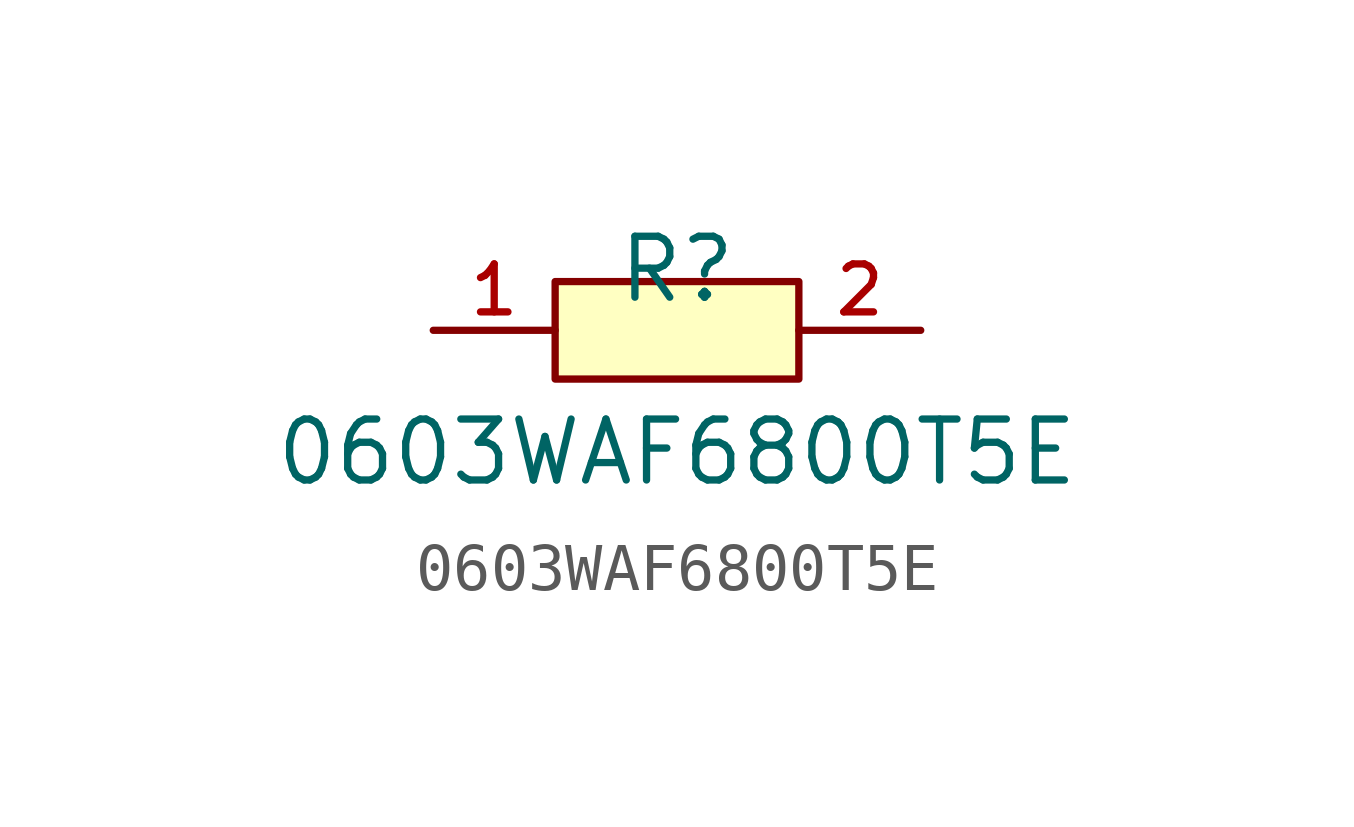
<source format=kicad_sym>
(kicad_symbol_lib
  (version 20210201)
  (generator TousstNicolas/JLC2KiCad_lib)
  (symbol "0603WAF6800T5E"
    (pin_names hide)
    (property "Reference" "R"
      (at 0 1.27 0)
      (effects (font (size 1.27 1.27))))
    (property "Value" "0603WAF6800T5E"
      (at 0 -2.54 0)
      (effects (font (size 1.27 1.27))))
    (symbol "0603WAF6800T5E_0_1"
      (pin input line (at 5.08 -0.0 180) (length 2.54) (name "2" (effects (font (size 1 1)))) (number "2" (effects (font (size 1 1)))))
      (pin input line (at -5.08 -0.0 0) (length 2.54) (name "1" (effects (font (size 1 1)))) (number "1" (effects (font (size 1 1)))))
      (rectangle (start -2.54 1.016) (end 2.54 -1.016) (stroke (width 0) (type default) (color 0 0 0 0)) (fill (type background))))))
</source>
